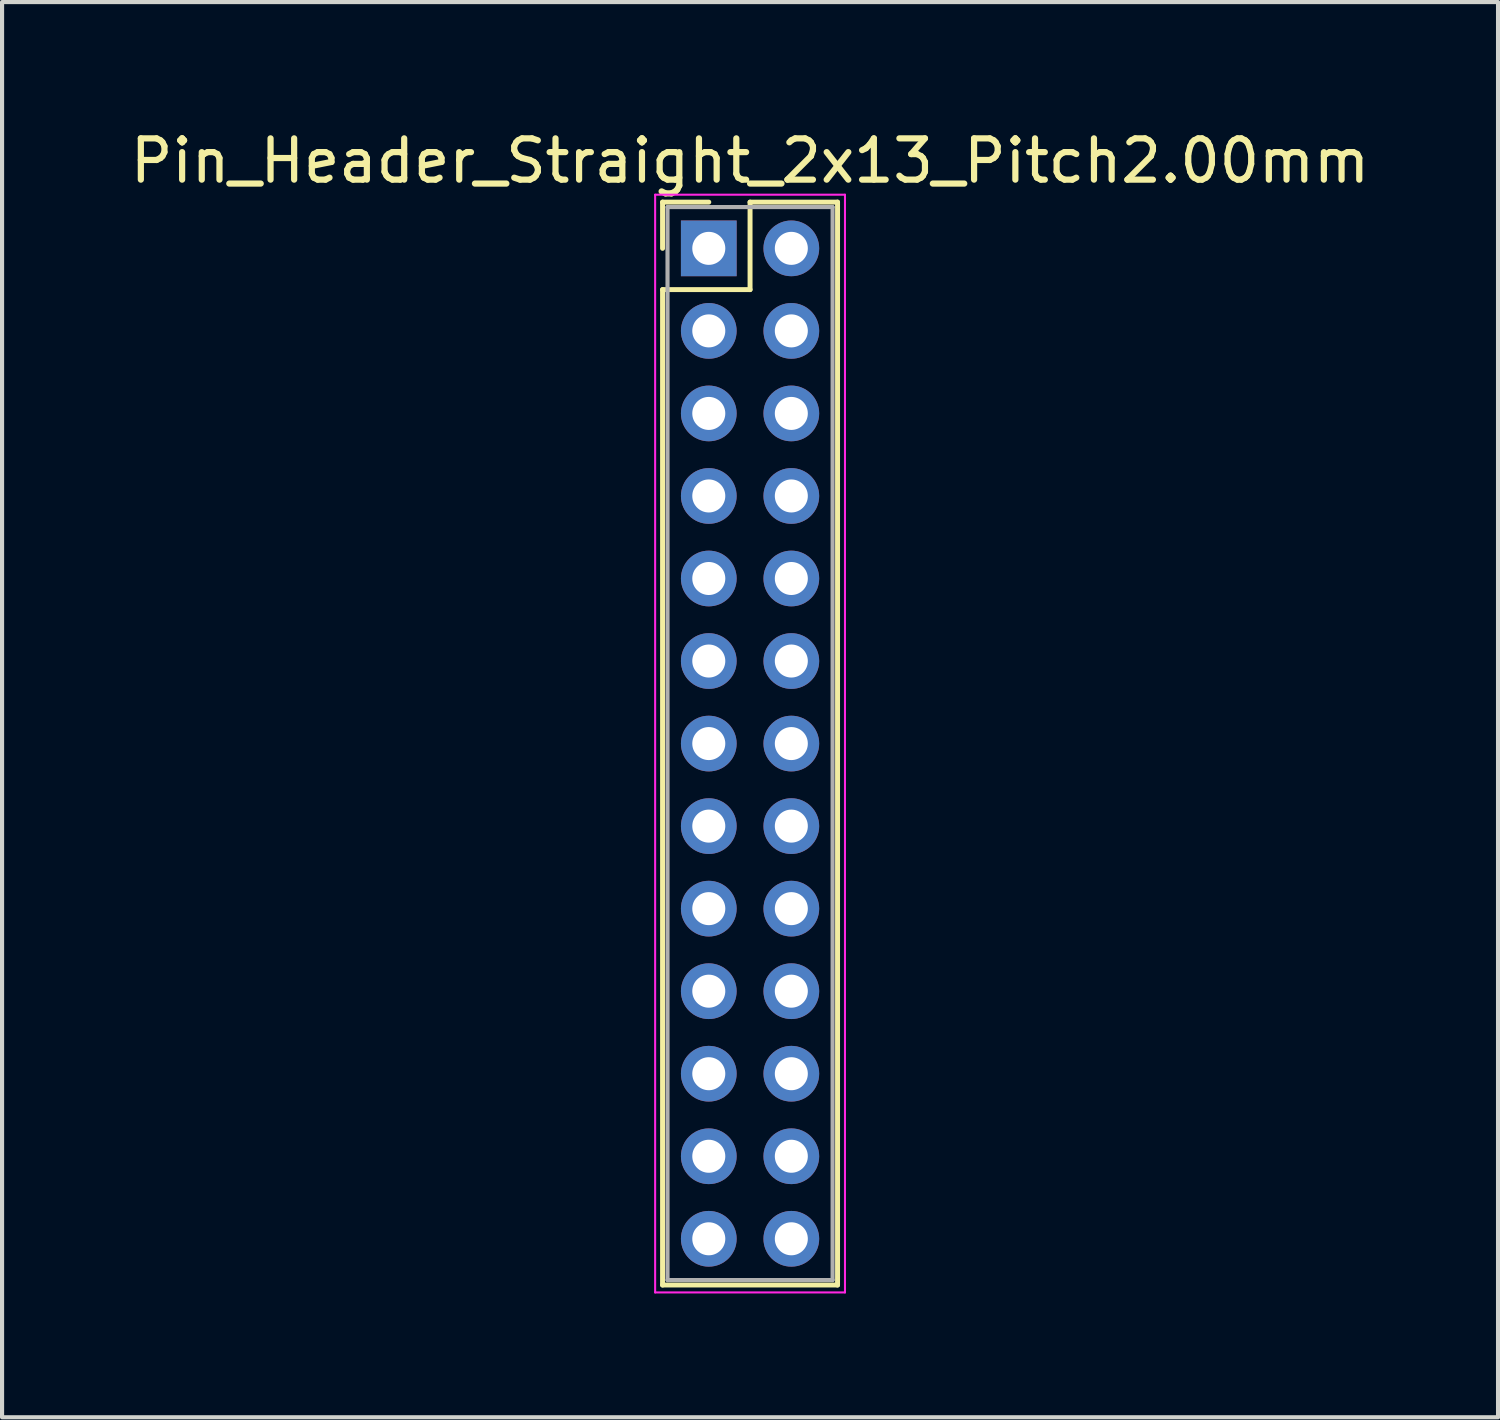
<source format=kicad_pcb>
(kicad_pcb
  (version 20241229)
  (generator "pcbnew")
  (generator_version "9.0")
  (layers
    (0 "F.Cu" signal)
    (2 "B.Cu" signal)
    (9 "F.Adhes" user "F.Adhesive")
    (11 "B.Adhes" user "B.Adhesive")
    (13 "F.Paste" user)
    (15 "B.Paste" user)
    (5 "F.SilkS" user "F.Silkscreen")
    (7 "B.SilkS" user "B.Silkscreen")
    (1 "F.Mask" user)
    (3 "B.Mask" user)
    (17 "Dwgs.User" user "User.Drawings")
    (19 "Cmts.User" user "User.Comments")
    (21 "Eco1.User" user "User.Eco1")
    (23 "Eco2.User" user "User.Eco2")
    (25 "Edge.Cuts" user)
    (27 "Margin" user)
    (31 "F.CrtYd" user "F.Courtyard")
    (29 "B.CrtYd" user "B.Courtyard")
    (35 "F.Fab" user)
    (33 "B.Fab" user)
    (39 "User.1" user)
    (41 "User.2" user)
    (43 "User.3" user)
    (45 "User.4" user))
  (footprint "Pin_Header_Straight_2x13_Pitch2.00mm"
    (layer "F.Cu")
    (at 14.125 2.968)
    (property "Reference" "Pin_Header_Straight_2x13_Pitch2.00mm" (at 1 -2.12 0) (layer "F.SilkS") (effects (font (size 1 1) (thickness 0.15))))
    (attr through_hole)
    (fp_line (start -1.12 -1.12) (end 0 -1.12) (stroke (width 0.12) (type solid)) (layer "F.SilkS"))
    (fp_line (start -1.12 0) (end -1.12 -1.12) (stroke (width 0.12) (type solid)) (layer "F.SilkS"))
    (fp_line (start -1.12 1) (end -1.12 25.12) (stroke (width 0.12) (type solid)) (layer "F.SilkS"))
    (fp_line (start -1.12 25.12) (end 3.12 25.12) (stroke (width 0.12) (type solid)) (layer "F.SilkS"))
    (fp_line (start 1 -1.12) (end 1 1) (stroke (width 0.12) (type solid)) (layer "F.SilkS"))
    (fp_line (start 1 1) (end -1.12 1) (stroke (width 0.12) (type solid)) (layer "F.SilkS"))
    (fp_line (start 3.12 -1.12) (end 1 -1.12) (stroke (width 0.12) (type solid)) (layer "F.SilkS"))
    (fp_line (start 3.12 25.12) (end 3.12 -1.12) (stroke (width 0.12) (type solid)) (layer "F.SilkS"))
    (fp_line (start -1.3 -1.3) (end -1.3 25.3) (stroke (width 0.05) (type solid)) (layer "F.CrtYd"))
    (fp_line (start -1.3 25.3) (end 3.3 25.3) (stroke (width 0.05) (type solid)) (layer "F.CrtYd"))
    (fp_line (start 3.3 -1.3) (end -1.3 -1.3) (stroke (width 0.05) (type solid)) (layer "F.CrtYd"))
    (fp_line (start 3.3 25.3) (end 3.3 -1.3) (stroke (width 0.05) (type solid)) (layer "F.CrtYd"))
    (fp_line (start -1 -1) (end -1 25) (stroke (width 0.1) (type solid)) (layer "F.Fab"))
    (fp_line (start -1 25) (end 3 25) (stroke (width 0.1) (type solid)) (layer "F.Fab"))
    (fp_line (start 3 -1) (end -1 -1) (stroke (width 0.1) (type solid)) (layer "F.Fab"))
    (fp_line (start 3 25) (end 3 -1) (stroke (width 0.1) (type solid)) (layer "F.Fab"))
    (pad "1" thru_hole rect (at 0 0) (size 1.35 1.35) (drill 0.8) (layers "*.Cu" "*.Mask"))
    (pad "2" thru_hole oval (at 2 0) (size 1.35 1.35) (drill 0.8) (layers "*.Cu" "*.Mask"))
    (pad "3" thru_hole oval (at 0 2) (size 1.35 1.35) (drill 0.8) (layers "*.Cu" "*.Mask"))
    (pad "4" thru_hole oval (at 2 2) (size 1.35 1.35) (drill 0.8) (layers "*.Cu" "*.Mask"))
    (pad "5" thru_hole oval (at 0 4) (size 1.35 1.35) (drill 0.8) (layers "*.Cu" "*.Mask"))
    (pad "6" thru_hole oval (at 2 4) (size 1.35 1.35) (drill 0.8) (layers "*.Cu" "*.Mask"))
    (pad "7" thru_hole oval (at 0 6) (size 1.35 1.35) (drill 0.8) (layers "*.Cu" "*.Mask"))
    (pad "8" thru_hole oval (at 2 6) (size 1.35 1.35) (drill 0.8) (layers "*.Cu" "*.Mask"))
    (pad "9" thru_hole oval (at 0 8) (size 1.35 1.35) (drill 0.8) (layers "*.Cu" "*.Mask"))
    (pad "10" thru_hole oval (at 2 8) (size 1.35 1.35) (drill 0.8) (layers "*.Cu" "*.Mask"))
    (pad "11" thru_hole oval (at 0 10) (size 1.35 1.35) (drill 0.8) (layers "*.Cu" "*.Mask"))
    (pad "12" thru_hole oval (at 2 10) (size 1.35 1.35) (drill 0.8) (layers "*.Cu" "*.Mask"))
    (pad "13" thru_hole oval (at 0 12) (size 1.35 1.35) (drill 0.8) (layers "*.Cu" "*.Mask"))
    (pad "14" thru_hole oval (at 2 12) (size 1.35 1.35) (drill 0.8) (layers "*.Cu" "*.Mask"))
    (pad "15" thru_hole oval (at 0 14) (size 1.35 1.35) (drill 0.8) (layers "*.Cu" "*.Mask"))
    (pad "16" thru_hole oval (at 2 14) (size 1.35 1.35) (drill 0.8) (layers "*.Cu" "*.Mask"))
    (pad "17" thru_hole oval (at 0 16) (size 1.35 1.35) (drill 0.8) (layers "*.Cu" "*.Mask"))
    (pad "18" thru_hole oval (at 2 16) (size 1.35 1.35) (drill 0.8) (layers "*.Cu" "*.Mask"))
    (pad "19" thru_hole oval (at 0 18) (size 1.35 1.35) (drill 0.8) (layers "*.Cu" "*.Mask"))
    (pad "20" thru_hole oval (at 2 18) (size 1.35 1.35) (drill 0.8) (layers "*.Cu" "*.Mask"))
    (pad "21" thru_hole oval (at 0 20) (size 1.35 1.35) (drill 0.8) (layers "*.Cu" "*.Mask"))
    (pad "22" thru_hole oval (at 2 20) (size 1.35 1.35) (drill 0.8) (layers "*.Cu" "*.Mask"))
    (pad "23" thru_hole oval (at 0 22) (size 1.35 1.35) (drill 0.8) (layers "*.Cu" "*.Mask"))
    (pad "24" thru_hole oval (at 2 22) (size 1.35 1.35) (drill 0.8) (layers "*.Cu" "*.Mask"))
    (pad "25" thru_hole oval (at 0 24) (size 1.35 1.35) (drill 0.8) (layers "*.Cu" "*.Mask"))
    (pad "26" thru_hole oval (at 2 24) (size 1.35 1.35) (drill 0.8) (layers "*.Cu" "*.Mask")))
  (gr_rect
    (start -3 -3)
    (end 33.25 31.293)
    (stroke (width 0.1) (type default))
    (fill no)
    (layer "Edge.Cuts")))
</source>
